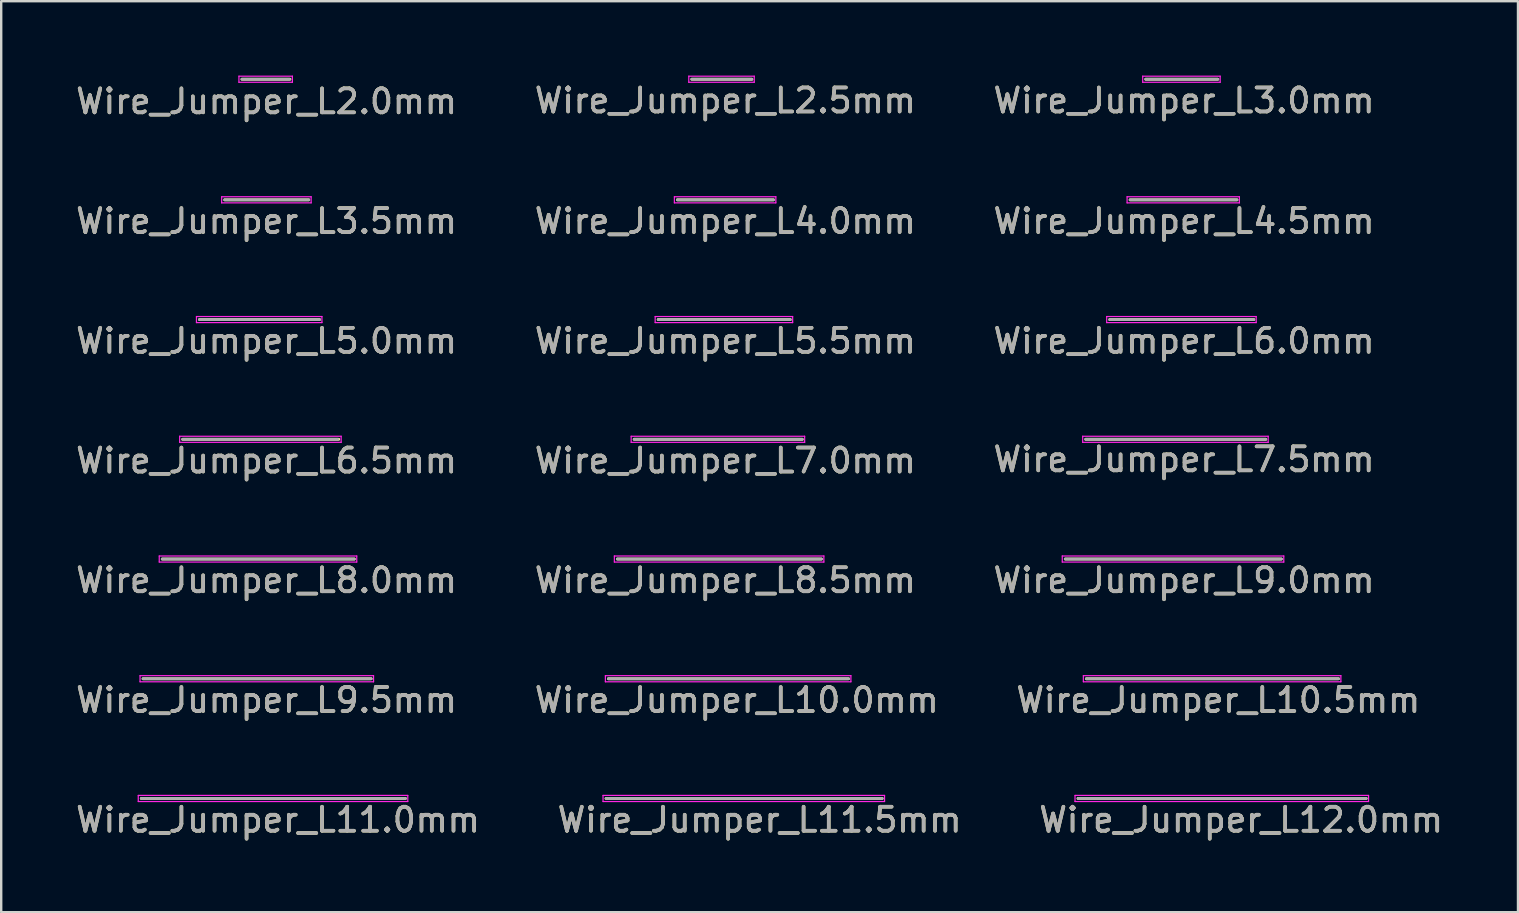
<source format=kicad_pcb>
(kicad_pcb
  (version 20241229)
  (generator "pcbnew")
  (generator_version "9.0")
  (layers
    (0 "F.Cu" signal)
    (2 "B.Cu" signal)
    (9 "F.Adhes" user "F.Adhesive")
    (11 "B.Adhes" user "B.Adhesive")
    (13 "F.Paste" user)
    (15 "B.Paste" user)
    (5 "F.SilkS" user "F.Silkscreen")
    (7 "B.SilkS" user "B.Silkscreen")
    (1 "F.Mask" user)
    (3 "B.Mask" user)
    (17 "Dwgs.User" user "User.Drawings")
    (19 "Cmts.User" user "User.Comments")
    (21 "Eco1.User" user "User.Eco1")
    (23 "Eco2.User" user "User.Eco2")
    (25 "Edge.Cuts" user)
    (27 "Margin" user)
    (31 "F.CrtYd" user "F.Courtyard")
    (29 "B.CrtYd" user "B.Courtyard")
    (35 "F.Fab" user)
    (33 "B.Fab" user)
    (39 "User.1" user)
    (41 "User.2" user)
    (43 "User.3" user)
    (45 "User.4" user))
  (footprint "Wire_Jumper_L10.5mm"
    (layer "F.Cu")
    (at 42.202 25.222)
    (property "Reference" "Wire_Jumper_L10.5mm" (at 5.494 0.889 0) (layer "F.SilkS") (effects (font (size 1 1) (thickness 0.15))))
    (attr exclude_from_pos_files exclude_from_bom)
    (fp_line (start 10.5 0) (end 0 0) (stroke (width 0.12) (type solid)) (layer "F.SilkS"))
    (fp_line (start -0.127 -0.127) (end -0.127 0.127) (stroke (width 0.05) (type solid)) (layer "F.CrtYd"))
    (fp_line (start -0.127 -0.127) (end 10.6 -0.127) (stroke (width 0.05) (type solid)) (layer "F.CrtYd"))
    (fp_line (start 10.6 0.127) (end -0.127 0.127) (stroke (width 0.05) (type solid)) (layer "F.CrtYd"))
    (fp_line (start 10.6 0.127) (end 10.6 -0.127) (stroke (width 0.05) (type solid)) (layer "F.CrtYd"))
    (fp_line (start 10.5 0) (end 0 0) (stroke (width 0.12) (type solid)) (layer "F.Fab"))
    (fp_text user "${REFERENCE}" (at 5.494 0.889 0) (layer "F.Fab") (effects (font (size 1 1) (thickness 0.15)))))
  (footprint "Wire_Jumper_L5.0mm"
    (layer "F.Cu")
    (at 5.26 10.261)
    (property "Reference" "Wire_Jumper_L5.0mm" (at 2.794 0.889 0) (layer "F.SilkS") (effects (font (size 1 1) (thickness 0.15))))
    (attr exclude_from_pos_files exclude_from_bom)
    (fp_line (start 5 0) (end 0 0) (stroke (width 0.12) (type solid)) (layer "F.SilkS"))
    (fp_line (start -0.127 -0.127) (end -0.127 0.127) (stroke (width 0.05) (type solid)) (layer "F.CrtYd"))
    (fp_line (start -0.127 -0.127) (end 5.1 -0.127) (stroke (width 0.05) (type solid)) (layer "F.CrtYd"))
    (fp_line (start 5.1 0.127) (end -0.127 0.127) (stroke (width 0.05) (type solid)) (layer "F.CrtYd"))
    (fp_line (start 5.1 0.127) (end 5.1 -0.127) (stroke (width 0.05) (type solid)) (layer "F.CrtYd"))
    (fp_line (start 5 0) (end 0 0) (stroke (width 0.12) (type solid)) (layer "F.Fab"))
    (fp_text user "${REFERENCE}" (at 2.794 0.889 0) (layer "F.Fab") (effects (font (size 1 1) (thickness 0.15)))))
  (footprint "Wire_Jumper_L9.5mm"
    (layer "F.Cu")
    (at 2.91 25.222)
    (property "Reference" "Wire_Jumper_L9.5mm" (at 5.144 0.889 0) (layer "F.SilkS") (effects (font (size 1 1) (thickness 0.15))))
    (attr exclude_from_pos_files exclude_from_bom)
    (fp_line (start 9.5 0) (end 0 0) (stroke (width 0.12) (type solid)) (layer "F.SilkS"))
    (fp_line (start -0.127 -0.127) (end -0.127 0.127) (stroke (width 0.05) (type solid)) (layer "F.CrtYd"))
    (fp_line (start -0.127 -0.127) (end 9.6 -0.127) (stroke (width 0.05) (type solid)) (layer "F.CrtYd"))
    (fp_line (start 9.6 0.127) (end -0.127 0.127) (stroke (width 0.05) (type solid)) (layer "F.CrtYd"))
    (fp_line (start 9.6 0.127) (end 9.6 -0.127) (stroke (width 0.05) (type solid)) (layer "F.CrtYd"))
    (fp_line (start 9.5 0) (end 0 0) (stroke (width 0.12) (type solid)) (layer "F.Fab"))
    (fp_text user "${REFERENCE}" (at 5.144 0.889 0) (layer "F.Fab") (effects (font (size 1 1) (thickness 0.15)))))
  (footprint "Wire_Jumper_L11.5mm"
    (layer "F.Cu")
    (at 22.195 30.209)
    (property "Reference" "Wire_Jumper_L11.5mm" (at 6.394 0.889 0) (layer "F.SilkS") (effects (font (size 1 1) (thickness 0.15))))
    (attr exclude_from_pos_files exclude_from_bom)
    (fp_line (start 11.5 0) (end 0 0) (stroke (width 0.12) (type solid)) (layer "F.SilkS"))
    (fp_line (start -0.127 -0.127) (end -0.127 0.127) (stroke (width 0.05) (type solid)) (layer "F.CrtYd"))
    (fp_line (start -0.127 -0.127) (end 11.6 -0.127) (stroke (width 0.05) (type solid)) (layer "F.CrtYd"))
    (fp_line (start 11.6 0.127) (end -0.127 0.127) (stroke (width 0.05) (type solid)) (layer "F.CrtYd"))
    (fp_line (start 11.6 0.127) (end 11.6 -0.127) (stroke (width 0.05) (type solid)) (layer "F.CrtYd"))
    (fp_line (start 11.5 0) (end 0 0) (stroke (width 0.12) (type solid)) (layer "F.Fab"))
    (fp_text user "${REFERENCE}" (at 6.394 0.889 0) (layer "F.Fab") (effects (font (size 1 1) (thickness 0.15)))))
  (footprint "Wire_Jumper_L6.0mm"
    (layer "F.Cu")
    (at 43.174 10.261)
    (property "Reference" "Wire_Jumper_L6.0mm" (at 3.094 0.889 0) (layer "F.SilkS") (effects (font (size 1 1) (thickness 0.15))))
    (attr exclude_from_pos_files exclude_from_bom)
    (fp_line (start 6 0) (end 0 0) (stroke (width 0.12) (type solid)) (layer "F.SilkS"))
    (fp_line (start -0.127 -0.127) (end -0.127 0.127) (stroke (width 0.05) (type solid)) (layer "F.CrtYd"))
    (fp_line (start -0.127 -0.127) (end 6.1 -0.127) (stroke (width 0.05) (type solid)) (layer "F.CrtYd"))
    (fp_line (start 6.1 0.127) (end -0.127 0.127) (stroke (width 0.05) (type solid)) (layer "F.CrtYd"))
    (fp_line (start 6.1 0.127) (end 6.1 -0.127) (stroke (width 0.05) (type solid)) (layer "F.CrtYd"))
    (fp_line (start 6 0) (end 0 0) (stroke (width 0.12) (type solid)) (layer "F.Fab"))
    (fp_text user "${REFERENCE}" (at 3.094 0.889 0) (layer "F.Fab") (effects (font (size 1 1) (thickness 0.15)))))
  (footprint "Wire_Jumper_L3.5mm"
    (layer "F.Cu")
    (at 6.31 5.273)
    (property "Reference" "Wire_Jumper_L3.5mm" (at 1.744 0.889 0) (layer "F.SilkS") (effects (font (size 1 1) (thickness 0.15))))
    (attr exclude_from_pos_files exclude_from_bom)
    (fp_line (start 3.5 0) (end 0 0) (stroke (width 0.12) (type solid)) (layer "F.SilkS"))
    (fp_line (start -0.127 -0.127) (end -0.127 0.127) (stroke (width 0.05) (type solid)) (layer "F.CrtYd"))
    (fp_line (start -0.127 -0.127) (end 3.6 -0.127) (stroke (width 0.05) (type solid)) (layer "F.CrtYd"))
    (fp_line (start 3.6 0.127) (end -0.127 0.127) (stroke (width 0.05) (type solid)) (layer "F.CrtYd"))
    (fp_line (start 3.6 0.127) (end 3.6 -0.127) (stroke (width 0.05) (type solid)) (layer "F.CrtYd"))
    (fp_line (start 3.5 0) (end 0 0) (stroke (width 0.12) (type solid)) (layer "F.Fab"))
    (fp_text user "${REFERENCE}" (at 1.744 0.889 0) (layer "F.Fab") (effects (font (size 1 1) (thickness 0.15)))))
  (footprint "Wire_Jumper_L11.0mm"
    (layer "F.Cu")
    (at 2.836 30.209)
    (property "Reference" "Wire_Jumper_L11.0mm" (at 5.694 0.889 0) (layer "F.SilkS") (effects (font (size 1 1) (thickness 0.15))))
    (attr exclude_from_pos_files exclude_from_bom)
    (fp_line (start 11 0) (end 0 0) (stroke (width 0.12) (type solid)) (layer "F.SilkS"))
    (fp_line (start -0.127 -0.127) (end -0.127 0.127) (stroke (width 0.05) (type solid)) (layer "F.CrtYd"))
    (fp_line (start -0.127 -0.127) (end 11.1 -0.127) (stroke (width 0.05) (type solid)) (layer "F.CrtYd"))
    (fp_line (start 11.1 0.127) (end -0.127 0.127) (stroke (width 0.05) (type solid)) (layer "F.CrtYd"))
    (fp_line (start 11.1 0.127) (end 11.1 -0.127) (stroke (width 0.05) (type solid)) (layer "F.CrtYd"))
    (fp_line (start 11 0) (end 0 0) (stroke (width 0.12) (type solid)) (layer "F.Fab"))
    (fp_text user "${REFERENCE}" (at 5.694 0.889 0) (layer "F.Fab") (effects (font (size 1 1) (thickness 0.15)))))
  (footprint "Wire_Jumper_L10.0mm"
    (layer "F.Cu")
    (at 22.293 25.222)
    (property "Reference" "Wire_Jumper_L10.0mm" (at 5.344 0.889 0) (layer "F.SilkS") (effects (font (size 1 1) (thickness 0.15))))
    (attr exclude_from_pos_files exclude_from_bom)
    (fp_line (start 10 0) (end 0 0) (stroke (width 0.12) (type solid)) (layer "F.SilkS"))
    (fp_line (start -0.127 -0.127) (end -0.127 0.127) (stroke (width 0.05) (type solid)) (layer "F.CrtYd"))
    (fp_line (start -0.127 -0.127) (end 10.1 -0.127) (stroke (width 0.05) (type solid)) (layer "F.CrtYd"))
    (fp_line (start 10.1 0.127) (end -0.127 0.127) (stroke (width 0.05) (type solid)) (layer "F.CrtYd"))
    (fp_line (start 10.1 0.127) (end 10.1 -0.127) (stroke (width 0.05) (type solid)) (layer "F.CrtYd"))
    (fp_line (start 10 0) (end 0 0) (stroke (width 0.12) (type solid)) (layer "F.Fab"))
    (fp_text user "${REFERENCE}" (at 5.344 0.889 0) (layer "F.Fab") (effects (font (size 1 1) (thickness 0.15)))))
  (footprint "Wire_Jumper_L3.0mm"
    (layer "F.Cu")
    (at 44.674 0.25)
    (property "Reference" "Wire_Jumper_L3.0mm" (at 1.594 0.889 0) (layer "F.SilkS") (effects (font (size 1 1) (thickness 0.15))))
    (attr exclude_from_pos_files exclude_from_bom)
    (fp_line (start 3 0) (end 0 0) (stroke (width 0.12) (type solid)) (layer "F.SilkS"))
    (fp_line (start -0.127 -0.127) (end -0.127 0.127) (stroke (width 0.05) (type solid)) (layer "F.CrtYd"))
    (fp_line (start -0.127 -0.127) (end 3.1 -0.127) (stroke (width 0.05) (type solid)) (layer "F.CrtYd"))
    (fp_line (start 3.1 0.127) (end -0.127 0.127) (stroke (width 0.05) (type solid)) (layer "F.CrtYd"))
    (fp_line (start 3.1 0.127) (end 3.1 -0.127) (stroke (width 0.05) (type solid)) (layer "F.CrtYd"))
    (fp_line (start 3 0) (end 0 0) (stroke (width 0.12) (type solid)) (layer "F.Fab"))
    (fp_text user "${REFERENCE}" (at 1.594 0.889 0) (layer "F.Fab") (effects (font (size 1 1) (thickness 0.15)))))
  (footprint "Wire_Jumper_L5.5mm"
    (layer "F.Cu")
    (at 24.367 10.261)
    (property "Reference" "Wire_Jumper_L5.5mm" (at 2.794 0.889 0) (layer "F.SilkS") (effects (font (size 1 1) (thickness 0.15))))
    (attr exclude_from_pos_files exclude_from_bom)
    (fp_line (start 5.5 0) (end 0 0) (stroke (width 0.12) (type solid)) (layer "F.SilkS"))
    (fp_line (start -0.127 -0.127) (end -0.127 0.127) (stroke (width 0.05) (type solid)) (layer "F.CrtYd"))
    (fp_line (start -0.127 -0.127) (end 5.6 -0.127) (stroke (width 0.05) (type solid)) (layer "F.CrtYd"))
    (fp_line (start 5.6 0.127) (end -0.127 0.127) (stroke (width 0.05) (type solid)) (layer "F.CrtYd"))
    (fp_line (start 5.6 0.127) (end 5.6 -0.127) (stroke (width 0.05) (type solid)) (layer "F.CrtYd"))
    (fp_line (start 5.5 0) (end 0 0) (stroke (width 0.12) (type solid)) (layer "F.Fab"))
    (fp_text user "${REFERENCE}" (at 2.794 0.889 0) (layer "F.Fab") (effects (font (size 1 1) (thickness 0.15)))))
  (footprint "Wire_Jumper_L8.0mm"
    (layer "F.Cu")
    (at 3.71 20.235)
    (property "Reference" "Wire_Jumper_L8.0mm" (at 4.344 0.889 0) (layer "F.SilkS") (effects (font (size 1 1) (thickness 0.15))))
    (attr exclude_from_pos_files exclude_from_bom)
    (fp_line (start 8 0) (end 0 0) (stroke (width 0.12) (type solid)) (layer "F.SilkS"))
    (fp_line (start -0.127 -0.127) (end -0.127 0.127) (stroke (width 0.05) (type solid)) (layer "F.CrtYd"))
    (fp_line (start -0.127 -0.127) (end 8.1 -0.127) (stroke (width 0.05) (type solid)) (layer "F.CrtYd"))
    (fp_line (start 8.1 0.127) (end -0.127 0.127) (stroke (width 0.05) (type solid)) (layer "F.CrtYd"))
    (fp_line (start 8.1 0.127) (end 8.1 -0.127) (stroke (width 0.05) (type solid)) (layer "F.CrtYd"))
    (fp_line (start 8 0) (end 0 0) (stroke (width 0.12) (type solid)) (layer "F.Fab"))
    (fp_text user "${REFERENCE}" (at 4.344 0.889 0) (layer "F.Fab") (effects (font (size 1 1) (thickness 0.15)))))
  (footprint "Wire_Jumper_L8.5mm"
    (layer "F.Cu")
    (at 22.667 20.235)
    (property "Reference" "Wire_Jumper_L8.5mm" (at 4.494 0.889 0) (layer "F.SilkS") (effects (font (size 1 1) (thickness 0.15))))
    (attr exclude_from_pos_files exclude_from_bom)
    (fp_line (start 8.5 0) (end 0 0) (stroke (width 0.12) (type solid)) (layer "F.SilkS"))
    (fp_line (start -0.127 -0.127) (end -0.127 0.127) (stroke (width 0.05) (type solid)) (layer "F.CrtYd"))
    (fp_line (start -0.127 -0.127) (end 8.6 -0.127) (stroke (width 0.05) (type solid)) (layer "F.CrtYd"))
    (fp_line (start 8.6 0.127) (end -0.127 0.127) (stroke (width 0.05) (type solid)) (layer "F.CrtYd"))
    (fp_line (start 8.6 0.127) (end 8.6 -0.127) (stroke (width 0.05) (type solid)) (layer "F.CrtYd"))
    (fp_line (start 8.5 0) (end 0 0) (stroke (width 0.12) (type solid)) (layer "F.Fab"))
    (fp_text user "${REFERENCE}" (at 4.494 0.889 0) (layer "F.Fab") (effects (font (size 1 1) (thickness 0.15)))))
  (footprint "Wire_Jumper_L7.0mm"
    (layer "F.Cu")
    (at 23.367 15.248)
    (property "Reference" "Wire_Jumper_L7.0mm" (at 3.794 0.889 0) (layer "F.SilkS") (effects (font (size 1 1) (thickness 0.15))))
    (attr exclude_from_pos_files exclude_from_bom)
    (fp_line (start 7 0) (end 0 0) (stroke (width 0.12) (type solid)) (layer "F.SilkS"))
    (fp_line (start -0.127 -0.127) (end -0.127 0.127) (stroke (width 0.05) (type solid)) (layer "F.CrtYd"))
    (fp_line (start -0.127 -0.127) (end 7.1 -0.127) (stroke (width 0.05) (type solid)) (layer "F.CrtYd"))
    (fp_line (start 7.1 0.127) (end -0.127 0.127) (stroke (width 0.05) (type solid)) (layer "F.CrtYd"))
    (fp_line (start 7.1 0.127) (end 7.1 -0.127) (stroke (width 0.05) (type solid)) (layer "F.CrtYd"))
    (fp_line (start 7 0) (end 0 0) (stroke (width 0.12) (type solid)) (layer "F.Fab"))
    (fp_text user "${REFERENCE}" (at 3.794 0.889 0) (layer "F.Fab") (effects (font (size 1 1) (thickness 0.15)))))
  (footprint "Wire_Jumper_L12.0mm"
    (layer "F.Cu")
    (at 41.855 30.209)
    (property "Reference" "Wire_Jumper_L12.0mm" (at 6.794 0.889 0) (layer "F.SilkS") (effects (font (size 1 1) (thickness 0.15))))
    (attr exclude_from_pos_files exclude_from_bom)
    (fp_line (start 12 0) (end 0 0) (stroke (width 0.12) (type solid)) (layer "F.SilkS"))
    (fp_line (start -0.127 -0.127) (end -0.127 0.127) (stroke (width 0.05) (type solid)) (layer "F.CrtYd"))
    (fp_line (start -0.127 -0.127) (end 12.1 -0.127) (stroke (width 0.05) (type solid)) (layer "F.CrtYd"))
    (fp_line (start 12.1 0.127) (end -0.127 0.127) (stroke (width 0.05) (type solid)) (layer "F.CrtYd"))
    (fp_line (start 12.1 0.127) (end 12.1 -0.127) (stroke (width 0.05) (type solid)) (layer "F.CrtYd"))
    (fp_line (start 12 0) (end 0 0) (stroke (width 0.12) (type solid)) (layer "F.Fab"))
    (fp_text user "${REFERENCE}" (at 6.794 0.889 0) (layer "F.Fab") (effects (font (size 1 1) (thickness 0.15)))))
  (footprint "Wire_Jumper_L9.0mm"
    (layer "F.Cu")
    (at 41.324 20.235)
    (property "Reference" "Wire_Jumper_L9.0mm" (at 4.944 0.889 0) (layer "F.SilkS") (effects (font (size 1 1) (thickness 0.15))))
    (attr exclude_from_pos_files exclude_from_bom)
    (fp_line (start 9 0) (end 0 0) (stroke (width 0.12) (type solid)) (layer "F.SilkS"))
    (fp_line (start -0.127 -0.127) (end -0.127 0.127) (stroke (width 0.05) (type solid)) (layer "F.CrtYd"))
    (fp_line (start -0.127 -0.127) (end 9.1 -0.127) (stroke (width 0.05) (type solid)) (layer "F.CrtYd"))
    (fp_line (start 9.1 0.127) (end -0.127 0.127) (stroke (width 0.05) (type solid)) (layer "F.CrtYd"))
    (fp_line (start 9.1 0.127) (end 9.1 -0.127) (stroke (width 0.05) (type solid)) (layer "F.CrtYd"))
    (fp_line (start 9 0) (end 0 0) (stroke (width 0.12) (type solid)) (layer "F.Fab"))
    (fp_text user "${REFERENCE}" (at 4.944 0.889 0) (layer "F.Fab") (effects (font (size 1 1) (thickness 0.15)))))
  (footprint "Wire_Jumper_L2.5mm"
    (layer "F.Cu")
    (at 25.767 0.25)
    (property "Reference" "Wire_Jumper_L2.5mm" (at 1.394 0.889 0) (layer "F.SilkS") (effects (font (size 1 1) (thickness 0.15))))
    (attr exclude_from_pos_files exclude_from_bom)
    (fp_line (start 2.5 0) (end 0 0) (stroke (width 0.12) (type solid)) (layer "F.SilkS"))
    (fp_line (start -0.127 -0.127) (end -0.127 0.127) (stroke (width 0.05) (type solid)) (layer "F.CrtYd"))
    (fp_line (start -0.127 -0.127) (end 2.6 -0.127) (stroke (width 0.05) (type solid)) (layer "F.CrtYd"))
    (fp_line (start 2.6 0.127) (end -0.127 0.127) (stroke (width 0.05) (type solid)) (layer "F.CrtYd"))
    (fp_line (start 2.6 0.127) (end 2.6 -0.127) (stroke (width 0.05) (type solid)) (layer "F.CrtYd"))
    (fp_line (start 2.5 0) (end 0 0) (stroke (width 0.12) (type solid)) (layer "F.Fab"))
    (fp_text user "${REFERENCE}" (at 1.394 0.889 0) (layer "F.Fab") (effects (font (size 1 1) (thickness 0.15)))))
  (footprint "Wire_Jumper_L7.5mm"
    (layer "F.Cu")
    (at 42.174 15.248)
    (property "Reference" "Wire_Jumper_L7.5mm" (at 4.094 0.839 0) (layer "F.SilkS") (effects (font (size 1 1) (thickness 0.15))))
    (attr exclude_from_pos_files exclude_from_bom)
    (fp_line (start 7.5 0) (end 0 0) (stroke (width 0.12) (type solid)) (layer "F.SilkS"))
    (fp_line (start -0.127 -0.127) (end -0.127 0.127) (stroke (width 0.05) (type solid)) (layer "F.CrtYd"))
    (fp_line (start -0.127 -0.127) (end 7.6 -0.127) (stroke (width 0.05) (type solid)) (layer "F.CrtYd"))
    (fp_line (start 7.6 0.127) (end -0.127 0.127) (stroke (width 0.05) (type solid)) (layer "F.CrtYd"))
    (fp_line (start 7.6 0.127) (end 7.6 -0.127) (stroke (width 0.05) (type solid)) (layer "F.CrtYd"))
    (fp_line (start 7.5 0) (end 0 0) (stroke (width 0.12) (type solid)) (layer "F.Fab"))
    (fp_text user "${REFERENCE}" (at 4.094 0.839 0) (layer "F.Fab") (effects (font (size 1 1) (thickness 0.15)))))
  (footprint "Wire_Jumper_L6.5mm"
    (layer "F.Cu")
    (at 4.56 15.248)
    (property "Reference" "Wire_Jumper_L6.5mm" (at 3.494 0.889 0) (layer "F.SilkS") (effects (font (size 1 1) (thickness 0.15))))
    (attr exclude_from_pos_files exclude_from_bom)
    (fp_line (start 6.5 0) (end 0 0) (stroke (width 0.12) (type solid)) (layer "F.SilkS"))
    (fp_line (start -0.127 -0.127) (end -0.127 0.127) (stroke (width 0.05) (type solid)) (layer "F.CrtYd"))
    (fp_line (start -0.127 -0.127) (end 6.6 -0.127) (stroke (width 0.05) (type solid)) (layer "F.CrtYd"))
    (fp_line (start 6.6 0.127) (end -0.127 0.127) (stroke (width 0.05) (type solid)) (layer "F.CrtYd"))
    (fp_line (start 6.6 0.127) (end 6.6 -0.127) (stroke (width 0.05) (type solid)) (layer "F.CrtYd"))
    (fp_line (start 6.45 0) (end 0 0) (stroke (width 0.12) (type solid)) (layer "F.Fab"))
    (fp_text user "${REFERENCE}" (at 3.494 0.889 0) (layer "F.Fab") (effects (font (size 1 1) (thickness 0.15)))))
  (footprint "Wire_Jumper_L4.5mm"
    (layer "F.Cu")
    (at 44.024 5.273)
    (property "Reference" "Wire_Jumper_L4.5mm" (at 2.244 0.889 0) (layer "F.SilkS") (effects (font (size 1 1) (thickness 0.15))))
    (attr exclude_from_pos_files exclude_from_bom)
    (fp_line (start 4.45 0) (end 0 0) (stroke (width 0.12) (type solid)) (layer "F.SilkS"))
    (fp_line (start -0.127 -0.127) (end -0.127 0.127) (stroke (width 0.05) (type solid)) (layer "F.CrtYd"))
    (fp_line (start -0.127 -0.127) (end 4.55 -0.127) (stroke (width 0.05) (type solid)) (layer "F.CrtYd"))
    (fp_line (start 4.55 0.127) (end -0.127 0.127) (stroke (width 0.05) (type solid)) (layer "F.CrtYd"))
    (fp_line (start 4.55 0.127) (end 4.55 -0.127) (stroke (width 0.05) (type solid)) (layer "F.CrtYd"))
    (fp_line (start 4.45 0) (end 0 0) (stroke (width 0.12) (type solid)) (layer "F.Fab"))
    (fp_text user "${REFERENCE}" (at 2.244 0.889 0) (layer "F.Fab") (effects (font (size 1 1) (thickness 0.15)))))
  (footprint "Wire_Jumper_L2.0mm"
    (layer "F.Cu")
    (at 7.029 0.25)
    (property "Reference" "Wire_Jumper_L2.0mm" (at 1.025 0.925 0) (layer "F.SilkS") (effects (font (size 1 1) (thickness 0.15))))
    (attr exclude_from_pos_files exclude_from_bom)
    (fp_line (start 2 0) (end 0 0) (stroke (width 0.12) (type solid)) (layer "F.SilkS"))
    (fp_line (start -0.127 -0.127) (end -0.127 0.127) (stroke (width 0.05) (type solid)) (layer "F.CrtYd"))
    (fp_line (start -0.127 -0.127) (end 2.1 -0.127) (stroke (width 0.05) (type solid)) (layer "F.CrtYd"))
    (fp_line (start 2.1 0.127) (end -0.127 0.127) (stroke (width 0.05) (type solid)) (layer "F.CrtYd"))
    (fp_line (start 2.1 0.127) (end 2.1 -0.127) (stroke (width 0.05) (type solid)) (layer "F.CrtYd"))
    (fp_line (start 1.975 0) (end 0 0) (stroke (width 0.12) (type solid)) (layer "F.Fab"))
    (fp_text user "${REFERENCE}" (at 1.025 0.925 0) (layer "F.Fab") (effects (font (size 1 1) (thickness 0.15)))))
  (footprint "Wire_Jumper_L4.0mm"
    (layer "F.Cu")
    (at 25.167 5.273)
    (property "Reference" "Wire_Jumper_L4.0mm" (at 1.994 0.889 0) (layer "F.SilkS") (effects (font (size 1 1) (thickness 0.15))))
    (attr exclude_from_pos_files exclude_from_bom)
    (fp_line (start 4 0) (end 0 0) (stroke (width 0.12) (type solid)) (layer "F.SilkS"))
    (fp_line (start -0.127 -0.127) (end -0.127 0.127) (stroke (width 0.05) (type solid)) (layer "F.CrtYd"))
    (fp_line (start -0.127 -0.127) (end 4.1 -0.127) (stroke (width 0.05) (type solid)) (layer "F.CrtYd"))
    (fp_line (start 4.1 0.127) (end -0.127 0.127) (stroke (width 0.05) (type solid)) (layer "F.CrtYd"))
    (fp_line (start 4.1 0.127) (end 4.1 -0.127) (stroke (width 0.05) (type solid)) (layer "F.CrtYd"))
    (fp_line (start 4 0) (end 0 0) (stroke (width 0.12) (type solid)) (layer "F.Fab"))
    (fp_text user "${REFERENCE}" (at 1.994 0.889 0) (layer "F.Fab") (effects (font (size 1 1) (thickness 0.15)))))
  (gr_rect
    (start -3 -3)
    (end 60.179 34.947)
    (stroke (width 0.1) (type default))
    (fill no)
    (layer "Edge.Cuts")))
</source>
